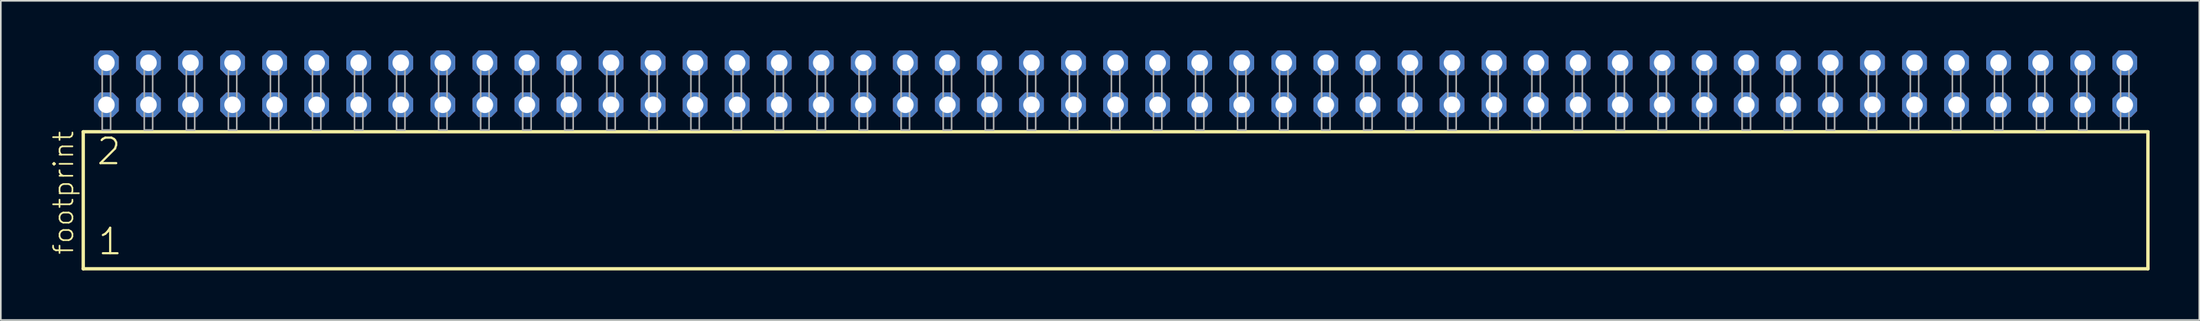
<source format=kicad_pcb>
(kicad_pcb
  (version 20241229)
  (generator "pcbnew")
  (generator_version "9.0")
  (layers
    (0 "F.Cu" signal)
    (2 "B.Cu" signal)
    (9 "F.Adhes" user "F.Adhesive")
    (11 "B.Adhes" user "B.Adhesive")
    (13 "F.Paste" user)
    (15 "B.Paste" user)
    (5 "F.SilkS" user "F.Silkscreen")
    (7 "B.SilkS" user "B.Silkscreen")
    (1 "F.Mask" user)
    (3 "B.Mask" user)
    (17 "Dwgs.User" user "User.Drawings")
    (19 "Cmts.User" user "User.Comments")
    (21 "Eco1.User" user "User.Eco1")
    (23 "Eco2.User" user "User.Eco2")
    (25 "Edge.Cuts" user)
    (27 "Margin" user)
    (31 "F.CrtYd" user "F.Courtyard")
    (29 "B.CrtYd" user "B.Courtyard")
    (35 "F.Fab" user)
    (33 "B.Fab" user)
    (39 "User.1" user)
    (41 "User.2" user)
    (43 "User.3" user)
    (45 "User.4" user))
  (footprint "footprint"
    (layer "F.Cu")
    (at 64.338 4.814)
    (property "Reference" "footprint" (at -62.865 7.62 90) (layer "F.SilkS") (effects (font (size 1.168 1.168) (thickness 0.102)) (justify left bottom)))
    (fp_line (start -62.359 0.106) (end -62.359 8.396) (stroke (width 0.203) (type solid)) (layer "F.SilkS"))
    (fp_line (start -62.359 8.396) (end 62.359 8.396) (stroke (width 0.203) (type solid)) (layer "F.SilkS"))
    (fp_line (start 62.359 0.106) (end -62.359 0.106) (stroke (width 0.203) (type solid)) (layer "F.SilkS"))
    (fp_line (start 62.359 8.396) (end 62.359 0.106) (stroke (width 0.203) (type solid)) (layer "F.SilkS"))
    (fp_poly (pts (xy -61.214 0) (xy -60.706 0) (xy -60.706 -4.318) (xy -61.214 -4.318)) (stroke (width 0.1) (type solid)) (fill no) (layer "F.Fab"))
    (fp_poly (pts (xy -58.674 0) (xy -58.166 0) (xy -58.166 -4.318) (xy -58.674 -4.318)) (stroke (width 0.1) (type solid)) (fill no) (layer "F.Fab"))
    (fp_poly (pts (xy -56.134 0) (xy -55.626 0) (xy -55.626 -4.318) (xy -56.134 -4.318)) (stroke (width 0.1) (type solid)) (fill no) (layer "F.Fab"))
    (fp_poly (pts (xy -53.594 0) (xy -53.086 0) (xy -53.086 -4.318) (xy -53.594 -4.318)) (stroke (width 0.1) (type solid)) (fill no) (layer "F.Fab"))
    (fp_poly (pts (xy -51.054 0) (xy -50.546 0) (xy -50.546 -4.318) (xy -51.054 -4.318)) (stroke (width 0.1) (type solid)) (fill no) (layer "F.Fab"))
    (fp_poly (pts (xy -48.514 0) (xy -48.006 0) (xy -48.006 -4.318) (xy -48.514 -4.318)) (stroke (width 0.1) (type solid)) (fill no) (layer "F.Fab"))
    (fp_poly (pts (xy -45.974 0) (xy -45.466 0) (xy -45.466 -4.318) (xy -45.974 -4.318)) (stroke (width 0.1) (type solid)) (fill no) (layer "F.Fab"))
    (fp_poly (pts (xy -43.434 0) (xy -42.926 0) (xy -42.926 -4.318) (xy -43.434 -4.318)) (stroke (width 0.1) (type solid)) (fill no) (layer "F.Fab"))
    (fp_poly (pts (xy -40.894 0) (xy -40.386 0) (xy -40.386 -4.318) (xy -40.894 -4.318)) (stroke (width 0.1) (type solid)) (fill no) (layer "F.Fab"))
    (fp_poly (pts (xy -38.354 0) (xy -37.846 0) (xy -37.846 -4.318) (xy -38.354 -4.318)) (stroke (width 0.1) (type solid)) (fill no) (layer "F.Fab"))
    (fp_poly (pts (xy -35.814 0) (xy -35.306 0) (xy -35.306 -4.318) (xy -35.814 -4.318)) (stroke (width 0.1) (type solid)) (fill no) (layer "F.Fab"))
    (fp_poly (pts (xy -33.274 0) (xy -32.766 0) (xy -32.766 -4.318) (xy -33.274 -4.318)) (stroke (width 0.1) (type solid)) (fill no) (layer "F.Fab"))
    (fp_poly (pts (xy -30.734 0) (xy -30.226 0) (xy -30.226 -4.318) (xy -30.734 -4.318)) (stroke (width 0.1) (type solid)) (fill no) (layer "F.Fab"))
    (fp_poly (pts (xy -28.194 0) (xy -27.686 0) (xy -27.686 -4.318) (xy -28.194 -4.318)) (stroke (width 0.1) (type solid)) (fill no) (layer "F.Fab"))
    (fp_poly (pts (xy -25.654 0) (xy -25.146 0) (xy -25.146 -4.318) (xy -25.654 -4.318)) (stroke (width 0.1) (type solid)) (fill no) (layer "F.Fab"))
    (fp_poly (pts (xy -23.114 0) (xy -22.606 0) (xy -22.606 -4.318) (xy -23.114 -4.318)) (stroke (width 0.1) (type solid)) (fill no) (layer "F.Fab"))
    (fp_poly (pts (xy -20.574 0) (xy -20.066 0) (xy -20.066 -4.318) (xy -20.574 -4.318)) (stroke (width 0.1) (type solid)) (fill no) (layer "F.Fab"))
    (fp_poly (pts (xy -18.034 0) (xy -17.526 0) (xy -17.526 -4.318) (xy -18.034 -4.318)) (stroke (width 0.1) (type solid)) (fill no) (layer "F.Fab"))
    (fp_poly (pts (xy -15.494 0) (xy -14.986 0) (xy -14.986 -4.318) (xy -15.494 -4.318)) (stroke (width 0.1) (type solid)) (fill no) (layer "F.Fab"))
    (fp_poly (pts (xy -12.954 0) (xy -12.446 0) (xy -12.446 -4.318) (xy -12.954 -4.318)) (stroke (width 0.1) (type solid)) (fill no) (layer "F.Fab"))
    (fp_poly (pts (xy -10.414 0) (xy -9.906 0) (xy -9.906 -4.318) (xy -10.414 -4.318)) (stroke (width 0.1) (type solid)) (fill no) (layer "F.Fab"))
    (fp_poly (pts (xy -7.874 0) (xy -7.366 0) (xy -7.366 -4.318) (xy -7.874 -4.318)) (stroke (width 0.1) (type solid)) (fill no) (layer "F.Fab"))
    (fp_poly (pts (xy -5.334 0) (xy -4.826 0) (xy -4.826 -4.318) (xy -5.334 -4.318)) (stroke (width 0.1) (type solid)) (fill no) (layer "F.Fab"))
    (fp_poly (pts (xy -2.794 0) (xy -2.286 0) (xy -2.286 -4.318) (xy -2.794 -4.318)) (stroke (width 0.1) (type solid)) (fill no) (layer "F.Fab"))
    (fp_poly (pts (xy -0.254 0) (xy 0.254 0) (xy 0.254 -4.318) (xy -0.254 -4.318)) (stroke (width 0.1) (type solid)) (fill no) (layer "F.Fab"))
    (fp_poly (pts (xy 2.286 0) (xy 2.794 0) (xy 2.794 -4.318) (xy 2.286 -4.318)) (stroke (width 0.1) (type solid)) (fill no) (layer "F.Fab"))
    (fp_poly (pts (xy 4.826 0) (xy 5.334 0) (xy 5.334 -4.318) (xy 4.826 -4.318)) (stroke (width 0.1) (type solid)) (fill no) (layer "F.Fab"))
    (fp_poly (pts (xy 7.366 0) (xy 7.874 0) (xy 7.874 -4.318) (xy 7.366 -4.318)) (stroke (width 0.1) (type solid)) (fill no) (layer "F.Fab"))
    (fp_poly (pts (xy 9.906 0) (xy 10.414 0) (xy 10.414 -4.318) (xy 9.906 -4.318)) (stroke (width 0.1) (type solid)) (fill no) (layer "F.Fab"))
    (fp_poly (pts (xy 12.446 0) (xy 12.954 0) (xy 12.954 -4.318) (xy 12.446 -4.318)) (stroke (width 0.1) (type solid)) (fill no) (layer "F.Fab"))
    (fp_poly (pts (xy 14.986 0) (xy 15.494 0) (xy 15.494 -4.318) (xy 14.986 -4.318)) (stroke (width 0.1) (type solid)) (fill no) (layer "F.Fab"))
    (fp_poly (pts (xy 17.526 0) (xy 18.034 0) (xy 18.034 -4.318) (xy 17.526 -4.318)) (stroke (width 0.1) (type solid)) (fill no) (layer "F.Fab"))
    (fp_poly (pts (xy 20.066 0) (xy 20.574 0) (xy 20.574 -4.318) (xy 20.066 -4.318)) (stroke (width 0.1) (type solid)) (fill no) (layer "F.Fab"))
    (fp_poly (pts (xy 22.606 0) (xy 23.114 0) (xy 23.114 -4.318) (xy 22.606 -4.318)) (stroke (width 0.1) (type solid)) (fill no) (layer "F.Fab"))
    (fp_poly (pts (xy 25.146 0) (xy 25.654 0) (xy 25.654 -4.318) (xy 25.146 -4.318)) (stroke (width 0.1) (type solid)) (fill no) (layer "F.Fab"))
    (fp_poly (pts (xy 27.686 0) (xy 28.194 0) (xy 28.194 -4.318) (xy 27.686 -4.318)) (stroke (width 0.1) (type solid)) (fill no) (layer "F.Fab"))
    (fp_poly (pts (xy 30.226 0) (xy 30.734 0) (xy 30.734 -4.318) (xy 30.226 -4.318)) (stroke (width 0.1) (type solid)) (fill no) (layer "F.Fab"))
    (fp_poly (pts (xy 32.766 0) (xy 33.274 0) (xy 33.274 -4.318) (xy 32.766 -4.318)) (stroke (width 0.1) (type solid)) (fill no) (layer "F.Fab"))
    (fp_poly (pts (xy 35.306 0) (xy 35.814 0) (xy 35.814 -4.318) (xy 35.306 -4.318)) (stroke (width 0.1) (type solid)) (fill no) (layer "F.Fab"))
    (fp_poly (pts (xy 37.846 0) (xy 38.354 0) (xy 38.354 -4.318) (xy 37.846 -4.318)) (stroke (width 0.1) (type solid)) (fill no) (layer "F.Fab"))
    (fp_poly (pts (xy 40.386 0) (xy 40.894 0) (xy 40.894 -4.318) (xy 40.386 -4.318)) (stroke (width 0.1) (type solid)) (fill no) (layer "F.Fab"))
    (fp_poly (pts (xy 42.926 0) (xy 43.434 0) (xy 43.434 -4.318) (xy 42.926 -4.318)) (stroke (width 0.1) (type solid)) (fill no) (layer "F.Fab"))
    (fp_poly (pts (xy 45.466 0) (xy 45.974 0) (xy 45.974 -4.318) (xy 45.466 -4.318)) (stroke (width 0.1) (type solid)) (fill no) (layer "F.Fab"))
    (fp_poly (pts (xy 48.006 0) (xy 48.514 0) (xy 48.514 -4.318) (xy 48.006 -4.318)) (stroke (width 0.1) (type solid)) (fill no) (layer "F.Fab"))
    (fp_poly (pts (xy 50.546 0) (xy 51.054 0) (xy 51.054 -4.318) (xy 50.546 -4.318)) (stroke (width 0.1) (type solid)) (fill no) (layer "F.Fab"))
    (fp_poly (pts (xy 53.086 0) (xy 53.594 0) (xy 53.594 -4.318) (xy 53.086 -4.318)) (stroke (width 0.1) (type solid)) (fill no) (layer "F.Fab"))
    (fp_poly (pts (xy 55.626 0) (xy 56.134 0) (xy 56.134 -4.318) (xy 55.626 -4.318)) (stroke (width 0.1) (type solid)) (fill no) (layer "F.Fab"))
    (fp_poly (pts (xy 58.166 0) (xy 58.674 0) (xy 58.674 -4.318) (xy 58.166 -4.318)) (stroke (width 0.1) (type solid)) (fill no) (layer "F.Fab"))
    (fp_poly (pts (xy 60.706 0) (xy 61.214 0) (xy 61.214 -4.318) (xy 60.706 -4.318)) (stroke (width 0.1) (type solid)) (fill no) (layer "F.Fab"))
    (fp_text user "2" (at -61.63 2.2 0) (layer "F.SilkS") (effects (font (size 1.542 1.542) (thickness 0.134)) (justify left bottom)))
    (fp_text user "1" (at -61.555 7.65 0) (layer "F.SilkS") (effects (font (size 1.542 1.542) (thickness 0.134)) (justify left bottom)))
    (pad "1" thru_hole roundrect (at -60.96 -1.524) (size 1.5 1.5) (drill 1) (layers "*.Cu" "*.Mask") (roundrect_rratio 0.25) (chamfer_ratio 0.25) (chamfer top_left top_right bottom_left bottom_right))
    (pad "2" thru_hole roundrect (at -60.96 -4.064) (size 1.5 1.5) (drill 1) (layers "*.Cu" "*.Mask") (roundrect_rratio 0.25) (chamfer_ratio 0.25) (chamfer top_left top_right bottom_left bottom_right))
    (pad "3" thru_hole roundrect (at -58.42 -1.524) (size 1.5 1.5) (drill 1) (layers "*.Cu" "*.Mask") (roundrect_rratio 0.25) (chamfer_ratio 0.25) (chamfer top_left top_right bottom_left bottom_right))
    (pad "4" thru_hole roundrect (at -58.42 -4.064) (size 1.5 1.5) (drill 1) (layers "*.Cu" "*.Mask") (roundrect_rratio 0.25) (chamfer_ratio 0.25) (chamfer top_left top_right bottom_left bottom_right))
    (pad "5" thru_hole roundrect (at -55.88 -1.524) (size 1.5 1.5) (drill 1) (layers "*.Cu" "*.Mask") (roundrect_rratio 0.25) (chamfer_ratio 0.25) (chamfer top_left top_right bottom_left bottom_right))
    (pad "6" thru_hole roundrect (at -55.88 -4.064) (size 1.5 1.5) (drill 1) (layers "*.Cu" "*.Mask") (roundrect_rratio 0.25) (chamfer_ratio 0.25) (chamfer top_left top_right bottom_left bottom_right))
    (pad "7" thru_hole roundrect (at -53.34 -1.524) (size 1.5 1.5) (drill 1) (layers "*.Cu" "*.Mask") (roundrect_rratio 0.25) (chamfer_ratio 0.25) (chamfer top_left top_right bottom_left bottom_right))
    (pad "8" thru_hole roundrect (at -53.34 -4.064) (size 1.5 1.5) (drill 1) (layers "*.Cu" "*.Mask") (roundrect_rratio 0.25) (chamfer_ratio 0.25) (chamfer top_left top_right bottom_left bottom_right))
    (pad "9" thru_hole roundrect (at -50.8 -1.524) (size 1.5 1.5) (drill 1) (layers "*.Cu" "*.Mask") (roundrect_rratio 0.25) (chamfer_ratio 0.25) (chamfer top_left top_right bottom_left bottom_right))
    (pad "10" thru_hole roundrect (at -50.8 -4.064) (size 1.5 1.5) (drill 1) (layers "*.Cu" "*.Mask") (roundrect_rratio 0.25) (chamfer_ratio 0.25) (chamfer top_left top_right bottom_left bottom_right))
    (pad "11" thru_hole roundrect (at -48.26 -1.524) (size 1.5 1.5) (drill 1) (layers "*.Cu" "*.Mask") (roundrect_rratio 0.25) (chamfer_ratio 0.25) (chamfer top_left top_right bottom_left bottom_right))
    (pad "12" thru_hole roundrect (at -48.26 -4.064) (size 1.5 1.5) (drill 1) (layers "*.Cu" "*.Mask") (roundrect_rratio 0.25) (chamfer_ratio 0.25) (chamfer top_left top_right bottom_left bottom_right))
    (pad "13" thru_hole roundrect (at -45.72 -1.524) (size 1.5 1.5) (drill 1) (layers "*.Cu" "*.Mask") (roundrect_rratio 0.25) (chamfer_ratio 0.25) (chamfer top_left top_right bottom_left bottom_right))
    (pad "14" thru_hole roundrect (at -45.72 -4.064) (size 1.5 1.5) (drill 1) (layers "*.Cu" "*.Mask") (roundrect_rratio 0.25) (chamfer_ratio 0.25) (chamfer top_left top_right bottom_left bottom_right))
    (pad "15" thru_hole roundrect (at -43.18 -1.524) (size 1.5 1.5) (drill 1) (layers "*.Cu" "*.Mask") (roundrect_rratio 0.25) (chamfer_ratio 0.25) (chamfer top_left top_right bottom_left bottom_right))
    (pad "16" thru_hole roundrect (at -43.18 -4.064) (size 1.5 1.5) (drill 1) (layers "*.Cu" "*.Mask") (roundrect_rratio 0.25) (chamfer_ratio 0.25) (chamfer top_left top_right bottom_left bottom_right))
    (pad "17" thru_hole roundrect (at -40.64 -1.524) (size 1.5 1.5) (drill 1) (layers "*.Cu" "*.Mask") (roundrect_rratio 0.25) (chamfer_ratio 0.25) (chamfer top_left top_right bottom_left bottom_right))
    (pad "18" thru_hole roundrect (at -40.64 -4.064) (size 1.5 1.5) (drill 1) (layers "*.Cu" "*.Mask") (roundrect_rratio 0.25) (chamfer_ratio 0.25) (chamfer top_left top_right bottom_left bottom_right))
    (pad "19" thru_hole roundrect (at -38.1 -1.524) (size 1.5 1.5) (drill 1) (layers "*.Cu" "*.Mask") (roundrect_rratio 0.25) (chamfer_ratio 0.25) (chamfer top_left top_right bottom_left bottom_right))
    (pad "20" thru_hole roundrect (at -38.1 -4.064) (size 1.5 1.5) (drill 1) (layers "*.Cu" "*.Mask") (roundrect_rratio 0.25) (chamfer_ratio 0.25) (chamfer top_left top_right bottom_left bottom_right))
    (pad "21" thru_hole roundrect (at -35.56 -1.524) (size 1.5 1.5) (drill 1) (layers "*.Cu" "*.Mask") (roundrect_rratio 0.25) (chamfer_ratio 0.25) (chamfer top_left top_right bottom_left bottom_right))
    (pad "22" thru_hole roundrect (at -35.56 -4.064) (size 1.5 1.5) (drill 1) (layers "*.Cu" "*.Mask") (roundrect_rratio 0.25) (chamfer_ratio 0.25) (chamfer top_left top_right bottom_left bottom_right))
    (pad "23" thru_hole roundrect (at -33.02 -1.524) (size 1.5 1.5) (drill 1) (layers "*.Cu" "*.Mask") (roundrect_rratio 0.25) (chamfer_ratio 0.25) (chamfer top_left top_right bottom_left bottom_right))
    (pad "24" thru_hole roundrect (at -33.02 -4.064) (size 1.5 1.5) (drill 1) (layers "*.Cu" "*.Mask") (roundrect_rratio 0.25) (chamfer_ratio 0.25) (chamfer top_left top_right bottom_left bottom_right))
    (pad "25" thru_hole roundrect (at -30.48 -1.524) (size 1.5 1.5) (drill 1) (layers "*.Cu" "*.Mask") (roundrect_rratio 0.25) (chamfer_ratio 0.25) (chamfer top_left top_right bottom_left bottom_right))
    (pad "26" thru_hole roundrect (at -30.48 -4.064) (size 1.5 1.5) (drill 1) (layers "*.Cu" "*.Mask") (roundrect_rratio 0.25) (chamfer_ratio 0.25) (chamfer top_left top_right bottom_left bottom_right))
    (pad "27" thru_hole roundrect (at -27.94 -1.524) (size 1.5 1.5) (drill 1) (layers "*.Cu" "*.Mask") (roundrect_rratio 0.25) (chamfer_ratio 0.25) (chamfer top_left top_right bottom_left bottom_right))
    (pad "28" thru_hole roundrect (at -27.94 -4.064) (size 1.5 1.5) (drill 1) (layers "*.Cu" "*.Mask") (roundrect_rratio 0.25) (chamfer_ratio 0.25) (chamfer top_left top_right bottom_left bottom_right))
    (pad "29" thru_hole roundrect (at -25.4 -1.524) (size 1.5 1.5) (drill 1) (layers "*.Cu" "*.Mask") (roundrect_rratio 0.25) (chamfer_ratio 0.25) (chamfer top_left top_right bottom_left bottom_right))
    (pad "30" thru_hole roundrect (at -25.4 -4.064) (size 1.5 1.5) (drill 1) (layers "*.Cu" "*.Mask") (roundrect_rratio 0.25) (chamfer_ratio 0.25) (chamfer top_left top_right bottom_left bottom_right))
    (pad "31" thru_hole roundrect (at -22.86 -1.524) (size 1.5 1.5) (drill 1) (layers "*.Cu" "*.Mask") (roundrect_rratio 0.25) (chamfer_ratio 0.25) (chamfer top_left top_right bottom_left bottom_right))
    (pad "32" thru_hole roundrect (at -22.86 -4.064) (size 1.5 1.5) (drill 1) (layers "*.Cu" "*.Mask") (roundrect_rratio 0.25) (chamfer_ratio 0.25) (chamfer top_left top_right bottom_left bottom_right))
    (pad "33" thru_hole roundrect (at -20.32 -1.524) (size 1.5 1.5) (drill 1) (layers "*.Cu" "*.Mask") (roundrect_rratio 0.25) (chamfer_ratio 0.25) (chamfer top_left top_right bottom_left bottom_right))
    (pad "34" thru_hole roundrect (at -20.32 -4.064) (size 1.5 1.5) (drill 1) (layers "*.Cu" "*.Mask") (roundrect_rratio 0.25) (chamfer_ratio 0.25) (chamfer top_left top_right bottom_left bottom_right))
    (pad "35" thru_hole roundrect (at -17.78 -1.524) (size 1.5 1.5) (drill 1) (layers "*.Cu" "*.Mask") (roundrect_rratio 0.25) (chamfer_ratio 0.25) (chamfer top_left top_right bottom_left bottom_right))
    (pad "36" thru_hole roundrect (at -17.78 -4.064) (size 1.5 1.5) (drill 1) (layers "*.Cu" "*.Mask") (roundrect_rratio 0.25) (chamfer_ratio 0.25) (chamfer top_left top_right bottom_left bottom_right))
    (pad "37" thru_hole roundrect (at -15.24 -1.524) (size 1.5 1.5) (drill 1) (layers "*.Cu" "*.Mask") (roundrect_rratio 0.25) (chamfer_ratio 0.25) (chamfer top_left top_right bottom_left bottom_right))
    (pad "38" thru_hole roundrect (at -15.24 -4.064) (size 1.5 1.5) (drill 1) (layers "*.Cu" "*.Mask") (roundrect_rratio 0.25) (chamfer_ratio 0.25) (chamfer top_left top_right bottom_left bottom_right))
    (pad "39" thru_hole roundrect (at -12.7 -1.524) (size 1.5 1.5) (drill 1) (layers "*.Cu" "*.Mask") (roundrect_rratio 0.25) (chamfer_ratio 0.25) (chamfer top_left top_right bottom_left bottom_right))
    (pad "40" thru_hole roundrect (at -12.7 -4.064) (size 1.5 1.5) (drill 1) (layers "*.Cu" "*.Mask") (roundrect_rratio 0.25) (chamfer_ratio 0.25) (chamfer top_left top_right bottom_left bottom_right))
    (pad "41" thru_hole roundrect (at -10.16 -1.524) (size 1.5 1.5) (drill 1) (layers "*.Cu" "*.Mask") (roundrect_rratio 0.25) (chamfer_ratio 0.25) (chamfer top_left top_right bottom_left bottom_right))
    (pad "42" thru_hole roundrect (at -10.16 -4.064) (size 1.5 1.5) (drill 1) (layers "*.Cu" "*.Mask") (roundrect_rratio 0.25) (chamfer_ratio 0.25) (chamfer top_left top_right bottom_left bottom_right))
    (pad "43" thru_hole roundrect (at -7.62 -1.524) (size 1.5 1.5) (drill 1) (layers "*.Cu" "*.Mask") (roundrect_rratio 0.25) (chamfer_ratio 0.25) (chamfer top_left top_right bottom_left bottom_right))
    (pad "44" thru_hole roundrect (at -7.62 -4.064) (size 1.5 1.5) (drill 1) (layers "*.Cu" "*.Mask") (roundrect_rratio 0.25) (chamfer_ratio 0.25) (chamfer top_left top_right bottom_left bottom_right))
    (pad "45" thru_hole roundrect (at -5.08 -1.524) (size 1.5 1.5) (drill 1) (layers "*.Cu" "*.Mask") (roundrect_rratio 0.25) (chamfer_ratio 0.25) (chamfer top_left top_right bottom_left bottom_right))
    (pad "46" thru_hole roundrect (at -5.08 -4.064) (size 1.5 1.5) (drill 1) (layers "*.Cu" "*.Mask") (roundrect_rratio 0.25) (chamfer_ratio 0.25) (chamfer top_left top_right bottom_left bottom_right))
    (pad "47" thru_hole roundrect (at -2.54 -1.524) (size 1.5 1.5) (drill 1) (layers "*.Cu" "*.Mask") (roundrect_rratio 0.25) (chamfer_ratio 0.25) (chamfer top_left top_right bottom_left bottom_right))
    (pad "48" thru_hole roundrect (at -2.54 -4.064) (size 1.5 1.5) (drill 1) (layers "*.Cu" "*.Mask") (roundrect_rratio 0.25) (chamfer_ratio 0.25) (chamfer top_left top_right bottom_left bottom_right))
    (pad "49" thru_hole roundrect (at 0 -1.524) (size 1.5 1.5) (drill 1) (layers "*.Cu" "*.Mask") (roundrect_rratio 0.25) (chamfer_ratio 0.25) (chamfer top_left top_right bottom_left bottom_right))
    (pad "50" thru_hole roundrect (at 0 -4.064) (size 1.5 1.5) (drill 1) (layers "*.Cu" "*.Mask") (roundrect_rratio 0.25) (chamfer_ratio 0.25) (chamfer top_left top_right bottom_left bottom_right))
    (pad "51" thru_hole roundrect (at 2.54 -1.524) (size 1.5 1.5) (drill 1) (layers "*.Cu" "*.Mask") (roundrect_rratio 0.25) (chamfer_ratio 0.25) (chamfer top_left top_right bottom_left bottom_right))
    (pad "52" thru_hole roundrect (at 2.54 -4.064) (size 1.5 1.5) (drill 1) (layers "*.Cu" "*.Mask") (roundrect_rratio 0.25) (chamfer_ratio 0.25) (chamfer top_left top_right bottom_left bottom_right))
    (pad "53" thru_hole roundrect (at 5.08 -1.524) (size 1.5 1.5) (drill 1) (layers "*.Cu" "*.Mask") (roundrect_rratio 0.25) (chamfer_ratio 0.25) (chamfer top_left top_right bottom_left bottom_right))
    (pad "54" thru_hole roundrect (at 5.08 -4.064) (size 1.5 1.5) (drill 1) (layers "*.Cu" "*.Mask") (roundrect_rratio 0.25) (chamfer_ratio 0.25) (chamfer top_left top_right bottom_left bottom_right))
    (pad "55" thru_hole roundrect (at 7.62 -1.524) (size 1.5 1.5) (drill 1) (layers "*.Cu" "*.Mask") (roundrect_rratio 0.25) (chamfer_ratio 0.25) (chamfer top_left top_right bottom_left bottom_right))
    (pad "56" thru_hole roundrect (at 7.62 -4.064) (size 1.5 1.5) (drill 1) (layers "*.Cu" "*.Mask") (roundrect_rratio 0.25) (chamfer_ratio 0.25) (chamfer top_left top_right bottom_left bottom_right))
    (pad "57" thru_hole roundrect (at 10.16 -1.524) (size 1.5 1.5) (drill 1) (layers "*.Cu" "*.Mask") (roundrect_rratio 0.25) (chamfer_ratio 0.25) (chamfer top_left top_right bottom_left bottom_right))
    (pad "58" thru_hole roundrect (at 10.16 -4.064) (size 1.5 1.5) (drill 1) (layers "*.Cu" "*.Mask") (roundrect_rratio 0.25) (chamfer_ratio 0.25) (chamfer top_left top_right bottom_left bottom_right))
    (pad "59" thru_hole roundrect (at 12.7 -1.524) (size 1.5 1.5) (drill 1) (layers "*.Cu" "*.Mask") (roundrect_rratio 0.25) (chamfer_ratio 0.25) (chamfer top_left top_right bottom_left bottom_right))
    (pad "60" thru_hole roundrect (at 12.7 -4.064) (size 1.5 1.5) (drill 1) (layers "*.Cu" "*.Mask") (roundrect_rratio 0.25) (chamfer_ratio 0.25) (chamfer top_left top_right bottom_left bottom_right))
    (pad "61" thru_hole roundrect (at 15.24 -1.524) (size 1.5 1.5) (drill 1) (layers "*.Cu" "*.Mask") (roundrect_rratio 0.25) (chamfer_ratio 0.25) (chamfer top_left top_right bottom_left bottom_right))
    (pad "62" thru_hole roundrect (at 15.24 -4.064) (size 1.5 1.5) (drill 1) (layers "*.Cu" "*.Mask") (roundrect_rratio 0.25) (chamfer_ratio 0.25) (chamfer top_left top_right bottom_left bottom_right))
    (pad "63" thru_hole roundrect (at 17.78 -1.524) (size 1.5 1.5) (drill 1) (layers "*.Cu" "*.Mask") (roundrect_rratio 0.25) (chamfer_ratio 0.25) (chamfer top_left top_right bottom_left bottom_right))
    (pad "64" thru_hole roundrect (at 17.78 -4.064) (size 1.5 1.5) (drill 1) (layers "*.Cu" "*.Mask") (roundrect_rratio 0.25) (chamfer_ratio 0.25) (chamfer top_left top_right bottom_left bottom_right))
    (pad "65" thru_hole roundrect (at 20.32 -1.524) (size 1.5 1.5) (drill 1) (layers "*.Cu" "*.Mask") (roundrect_rratio 0.25) (chamfer_ratio 0.25) (chamfer top_left top_right bottom_left bottom_right))
    (pad "66" thru_hole roundrect (at 20.32 -4.064) (size 1.5 1.5) (drill 1) (layers "*.Cu" "*.Mask") (roundrect_rratio 0.25) (chamfer_ratio 0.25) (chamfer top_left top_right bottom_left bottom_right))
    (pad "67" thru_hole roundrect (at 22.86 -1.524) (size 1.5 1.5) (drill 1) (layers "*.Cu" "*.Mask") (roundrect_rratio 0.25) (chamfer_ratio 0.25) (chamfer top_left top_right bottom_left bottom_right))
    (pad "68" thru_hole roundrect (at 22.86 -4.064) (size 1.5 1.5) (drill 1) (layers "*.Cu" "*.Mask") (roundrect_rratio 0.25) (chamfer_ratio 0.25) (chamfer top_left top_right bottom_left bottom_right))
    (pad "69" thru_hole roundrect (at 25.4 -1.524) (size 1.5 1.5) (drill 1) (layers "*.Cu" "*.Mask") (roundrect_rratio 0.25) (chamfer_ratio 0.25) (chamfer top_left top_right bottom_left bottom_right))
    (pad "70" thru_hole roundrect (at 25.4 -4.064) (size 1.5 1.5) (drill 1) (layers "*.Cu" "*.Mask") (roundrect_rratio 0.25) (chamfer_ratio 0.25) (chamfer top_left top_right bottom_left bottom_right))
    (pad "71" thru_hole roundrect (at 27.94 -1.524) (size 1.5 1.5) (drill 1) (layers "*.Cu" "*.Mask") (roundrect_rratio 0.25) (chamfer_ratio 0.25) (chamfer top_left top_right bottom_left bottom_right))
    (pad "72" thru_hole roundrect (at 27.94 -4.064) (size 1.5 1.5) (drill 1) (layers "*.Cu" "*.Mask") (roundrect_rratio 0.25) (chamfer_ratio 0.25) (chamfer top_left top_right bottom_left bottom_right))
    (pad "73" thru_hole roundrect (at 30.48 -1.524) (size 1.5 1.5) (drill 1) (layers "*.Cu" "*.Mask") (roundrect_rratio 0.25) (chamfer_ratio 0.25) (chamfer top_left top_right bottom_left bottom_right))
    (pad "74" thru_hole roundrect (at 30.48 -4.064) (size 1.5 1.5) (drill 1) (layers "*.Cu" "*.Mask") (roundrect_rratio 0.25) (chamfer_ratio 0.25) (chamfer top_left top_right bottom_left bottom_right))
    (pad "75" thru_hole roundrect (at 33.02 -1.524) (size 1.5 1.5) (drill 1) (layers "*.Cu" "*.Mask") (roundrect_rratio 0.25) (chamfer_ratio 0.25) (chamfer top_left top_right bottom_left bottom_right))
    (pad "76" thru_hole roundrect (at 33.02 -4.064) (size 1.5 1.5) (drill 1) (layers "*.Cu" "*.Mask") (roundrect_rratio 0.25) (chamfer_ratio 0.25) (chamfer top_left top_right bottom_left bottom_right))
    (pad "77" thru_hole roundrect (at 35.56 -1.524) (size 1.5 1.5) (drill 1) (layers "*.Cu" "*.Mask") (roundrect_rratio 0.25) (chamfer_ratio 0.25) (chamfer top_left top_right bottom_left bottom_right))
    (pad "78" thru_hole roundrect (at 35.56 -4.064) (size 1.5 1.5) (drill 1) (layers "*.Cu" "*.Mask") (roundrect_rratio 0.25) (chamfer_ratio 0.25) (chamfer top_left top_right bottom_left bottom_right))
    (pad "79" thru_hole roundrect (at 38.1 -1.524) (size 1.5 1.5) (drill 1) (layers "*.Cu" "*.Mask") (roundrect_rratio 0.25) (chamfer_ratio 0.25) (chamfer top_left top_right bottom_left bottom_right))
    (pad "80" thru_hole roundrect (at 38.1 -4.064) (size 1.5 1.5) (drill 1) (layers "*.Cu" "*.Mask") (roundrect_rratio 0.25) (chamfer_ratio 0.25) (chamfer top_left top_right bottom_left bottom_right))
    (pad "81" thru_hole roundrect (at 40.64 -1.524) (size 1.5 1.5) (drill 1) (layers "*.Cu" "*.Mask") (roundrect_rratio 0.25) (chamfer_ratio 0.25) (chamfer top_left top_right bottom_left bottom_right))
    (pad "82" thru_hole roundrect (at 40.64 -4.064) (size 1.5 1.5) (drill 1) (layers "*.Cu" "*.Mask") (roundrect_rratio 0.25) (chamfer_ratio 0.25) (chamfer top_left top_right bottom_left bottom_right))
    (pad "83" thru_hole roundrect (at 43.18 -1.524) (size 1.5 1.5) (drill 1) (layers "*.Cu" "*.Mask") (roundrect_rratio 0.25) (chamfer_ratio 0.25) (chamfer top_left top_right bottom_left bottom_right))
    (pad "84" thru_hole roundrect (at 43.18 -4.064) (size 1.5 1.5) (drill 1) (layers "*.Cu" "*.Mask") (roundrect_rratio 0.25) (chamfer_ratio 0.25) (chamfer top_left top_right bottom_left bottom_right))
    (pad "85" thru_hole roundrect (at 45.72 -1.524) (size 1.5 1.5) (drill 1) (layers "*.Cu" "*.Mask") (roundrect_rratio 0.25) (chamfer_ratio 0.25) (chamfer top_left top_right bottom_left bottom_right))
    (pad "86" thru_hole roundrect (at 45.72 -4.064) (size 1.5 1.5) (drill 1) (layers "*.Cu" "*.Mask") (roundrect_rratio 0.25) (chamfer_ratio 0.25) (chamfer top_left top_right bottom_left bottom_right))
    (pad "87" thru_hole roundrect (at 48.26 -1.524) (size 1.5 1.5) (drill 1) (layers "*.Cu" "*.Mask") (roundrect_rratio 0.25) (chamfer_ratio 0.25) (chamfer top_left top_right bottom_left bottom_right))
    (pad "88" thru_hole roundrect (at 48.26 -4.064) (size 1.5 1.5) (drill 1) (layers "*.Cu" "*.Mask") (roundrect_rratio 0.25) (chamfer_ratio 0.25) (chamfer top_left top_right bottom_left bottom_right))
    (pad "89" thru_hole roundrect (at 50.8 -1.524) (size 1.5 1.5) (drill 1) (layers "*.Cu" "*.Mask") (roundrect_rratio 0.25) (chamfer_ratio 0.25) (chamfer top_left top_right bottom_left bottom_right))
    (pad "90" thru_hole roundrect (at 50.8 -4.064) (size 1.5 1.5) (drill 1) (layers "*.Cu" "*.Mask") (roundrect_rratio 0.25) (chamfer_ratio 0.25) (chamfer top_left top_right bottom_left bottom_right))
    (pad "91" thru_hole roundrect (at 53.34 -1.524) (size 1.5 1.5) (drill 1) (layers "*.Cu" "*.Mask") (roundrect_rratio 0.25) (chamfer_ratio 0.25) (chamfer top_left top_right bottom_left bottom_right))
    (pad "92" thru_hole roundrect (at 53.34 -4.064) (size 1.5 1.5) (drill 1) (layers "*.Cu" "*.Mask") (roundrect_rratio 0.25) (chamfer_ratio 0.25) (chamfer top_left top_right bottom_left bottom_right))
    (pad "93" thru_hole roundrect (at 55.88 -1.524) (size 1.5 1.5) (drill 1) (layers "*.Cu" "*.Mask") (roundrect_rratio 0.25) (chamfer_ratio 0.25) (chamfer top_left top_right bottom_left bottom_right))
    (pad "94" thru_hole roundrect (at 55.88 -4.064) (size 1.5 1.5) (drill 1) (layers "*.Cu" "*.Mask") (roundrect_rratio 0.25) (chamfer_ratio 0.25) (chamfer top_left top_right bottom_left bottom_right))
    (pad "95" thru_hole roundrect (at 58.42 -1.524) (size 1.5 1.5) (drill 1) (layers "*.Cu" "*.Mask") (roundrect_rratio 0.25) (chamfer_ratio 0.25) (chamfer top_left top_right bottom_left bottom_right))
    (pad "96" thru_hole roundrect (at 58.42 -4.064) (size 1.5 1.5) (drill 1) (layers "*.Cu" "*.Mask") (roundrect_rratio 0.25) (chamfer_ratio 0.25) (chamfer top_left top_right bottom_left bottom_right))
    (pad "97" thru_hole roundrect (at 60.96 -1.524) (size 1.5 1.5) (drill 1) (layers "*.Cu" "*.Mask") (roundrect_rratio 0.25) (chamfer_ratio 0.25) (chamfer top_left top_right bottom_left bottom_right))
    (pad "98" thru_hole roundrect (at 60.96 -4.064) (size 1.5 1.5) (drill 1) (layers "*.Cu" "*.Mask") (roundrect_rratio 0.25) (chamfer_ratio 0.25) (chamfer top_left top_right bottom_left bottom_right)))
  (gr_rect
    (start -3 -3)
    (end 129.799 16.312)
    (stroke (width 0.1) (type default))
    (fill no)
    (layer "Edge.Cuts")))
</source>
